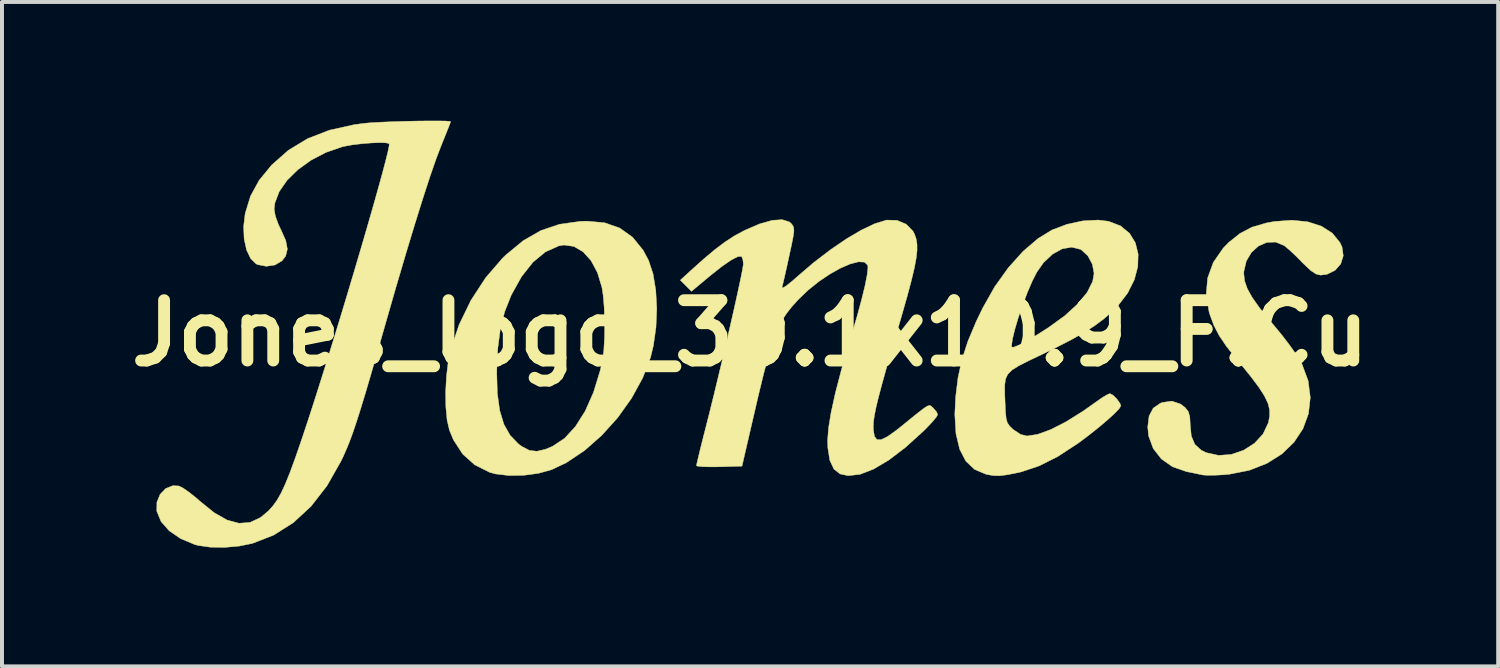
<source format=kicad_pcb>
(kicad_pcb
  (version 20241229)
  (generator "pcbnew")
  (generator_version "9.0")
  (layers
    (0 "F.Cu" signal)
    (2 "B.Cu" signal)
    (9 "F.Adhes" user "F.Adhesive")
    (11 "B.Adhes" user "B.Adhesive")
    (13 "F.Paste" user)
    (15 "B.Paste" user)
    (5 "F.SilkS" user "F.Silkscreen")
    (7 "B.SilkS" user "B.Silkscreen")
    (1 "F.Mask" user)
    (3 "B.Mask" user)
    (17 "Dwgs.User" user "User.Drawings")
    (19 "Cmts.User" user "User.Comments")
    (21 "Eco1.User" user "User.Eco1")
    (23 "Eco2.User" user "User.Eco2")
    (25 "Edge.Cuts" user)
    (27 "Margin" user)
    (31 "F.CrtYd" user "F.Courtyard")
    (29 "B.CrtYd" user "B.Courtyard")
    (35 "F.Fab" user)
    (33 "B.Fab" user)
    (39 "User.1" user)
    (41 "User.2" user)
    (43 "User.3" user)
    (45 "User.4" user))
  (footprint "Jones_logo_30.1x10.9_F.Cu"
    (layer "F.Cu")
    (at 15.9 5.369)
    (property "Reference" "Jones_logo_30.1x10.9_F.Cu" (at 0 0 0) (layer "F.SilkS") (effects (font (size 1.524 1.524) (thickness 0.3))))
    (attr through_hole)
    (fp_poly (pts (xy -3.676 -2.792) (xy -3.292 -2.657) (xy -2.968 -2.426) (xy -2.702 -2.099) (xy -2.564 -1.84) (xy -2.451 -1.5) (xy -2.382 -1.085) (xy -2.357 -0.625) (xy -2.377 -0.148) (xy -2.443 0.315) (xy -2.513 0.605) (xy -2.711 1.127) (xy -2.994 1.643) (xy -3.344 2.133) (xy -3.747 2.58) (xy -4.185 2.966) (xy -4.643 3.272) (xy -5.017 3.448) (xy -5.348 3.54) (xy -5.722 3.59) (xy -6.096 3.595) (xy -6.431 3.555) (xy -6.583 3.513) (xy -6.958 3.324) (xy -7.26 3.054) (xy -7.492 2.697) (xy -7.594 2.454) (xy -7.654 2.198) (xy -7.686 1.864) (xy -7.691 1.483) (xy -7.67 1.086) (xy -7.658 0.988) (xy -6.4 0.988) (xy -6.385 1.516) (xy -6.326 1.949) (xy -6.22 2.3) (xy -6.062 2.579) (xy -5.85 2.799) (xy -5.762 2.863) (xy -5.575 2.96) (xy -5.387 2.982) (xy -5.168 2.931) (xy -4.991 2.857) (xy -4.689 2.657) (xy -4.412 2.357) (xy -4.165 1.966) (xy -3.956 1.494) (xy -3.789 0.951) (xy -3.729 0.689) (xy -3.695 0.429) (xy -3.676 0.095) (xy -3.673 -0.274) (xy -3.685 -0.639) (xy -3.712 -0.963) (xy -3.743 -1.16) (xy -3.856 -1.532) (xy -4.018 -1.835) (xy -4.22 -2.058) (xy -4.451 -2.193) (xy -4.702 -2.229) (xy -4.834 -2.206) (xy -5.17 -2.055) (xy -5.484 -1.796) (xy -5.773 -1.431) (xy -6.033 -0.964) (xy -6.04 -0.947) (xy -6.199 -0.544) (xy -6.309 -0.108) (xy -6.374 0.385) (xy -6.4 0.96) (xy -6.4 0.988) (xy -7.658 0.988) (xy -7.624 0.705) (xy -7.565 0.423) (xy -7.352 -0.214) (xy -7.052 -0.832) (xy -6.68 -1.402) (xy -6.253 -1.898) (xy -6.165 -1.982) (xy -5.73 -2.34) (xy -5.287 -2.594) (xy -4.816 -2.753) (xy -4.296 -2.826) (xy -4.12 -2.832) (xy -3.676 -2.792)) (stroke (width 0.01) (type solid)) (fill yes) (layer "F.SilkS"))
    (fp_poly (pts (xy 14.093 -2.815) (xy 14.437 -2.704) (xy 14.712 -2.527) (xy 14.905 -2.289) (xy 14.956 -2.179) (xy 14.987 -1.957) (xy 14.923 -1.752) (xy 14.78 -1.589) (xy 14.575 -1.488) (xy 14.413 -1.468) (xy 14.301 -1.495) (xy 14.165 -1.584) (xy 13.988 -1.751) (xy 13.947 -1.792) (xy 13.779 -1.962) (xy 13.621 -2.109) (xy 13.504 -2.207) (xy 13.493 -2.215) (xy 13.278 -2.303) (xy 13.055 -2.295) (xy 12.845 -2.203) (xy 12.666 -2.041) (xy 12.537 -1.823) (xy 12.476 -1.562) (xy 12.474 -1.501) (xy 12.495 -1.32) (xy 12.563 -1.125) (xy 12.687 -0.903) (xy 12.874 -0.638) (xy 13.134 -0.316) (xy 13.235 -0.198) (xy 13.446 0.058) (xy 13.644 0.318) (xy 13.811 0.555) (xy 13.925 0.741) (xy 13.94 0.769) (xy 14.1 1.203) (xy 14.154 1.627) (xy 14.108 2.033) (xy 13.969 2.412) (xy 13.743 2.754) (xy 13.438 3.049) (xy 13.059 3.288) (xy 12.613 3.463) (xy 12.107 3.563) (xy 11.966 3.576) (xy 11.744 3.587) (xy 11.555 3.589) (xy 11.436 3.581) (xy 11.43 3.58) (xy 11.31 3.554) (xy 11.131 3.517) (xy 11.025 3.496) (xy 10.675 3.375) (xy 10.391 3.176) (xy 10.185 2.911) (xy 10.069 2.595) (xy 10.047 2.371) (xy 10.081 2.091) (xy 10.185 1.893) (xy 10.366 1.768) (xy 10.418 1.749) (xy 10.657 1.715) (xy 10.872 1.787) (xy 10.993 1.879) (xy 11.072 1.978) (xy 11.11 2.111) (xy 11.12 2.299) (xy 11.147 2.593) (xy 11.236 2.806) (xy 11.397 2.954) (xy 11.525 3.017) (xy 11.836 3.086) (xy 12.158 3.062) (xy 12.469 2.956) (xy 12.744 2.78) (xy 12.96 2.546) (xy 13.093 2.265) (xy 13.095 2.259) (xy 13.127 2.094) (xy 13.126 1.936) (xy 13.085 1.771) (xy 12.996 1.585) (xy 12.853 1.362) (xy 12.648 1.09) (xy 12.375 0.753) (xy 12.293 0.656) (xy 12.038 0.335) (xy 11.851 0.058) (xy 11.715 -0.204) (xy 11.614 -0.48) (xy 11.598 -0.533) (xy 11.524 -0.973) (xy 11.56 -1.394) (xy 11.704 -1.79) (xy 11.954 -2.151) (xy 12.092 -2.293) (xy 12.378 -2.522) (xy 12.683 -2.681) (xy 13.043 -2.786) (xy 13.244 -2.823) (xy 13.691 -2.856) (xy 14.093 -2.815)) (stroke (width 0.01) (type solid)) (fill yes) (layer "F.SilkS"))
    (fp_poly (pts (xy 9.058 -2.828) (xy 9.36 -2.712) (xy 9.586 -2.526) (xy 9.735 -2.284) (xy 9.805 -1.999) (xy 9.796 -1.684) (xy 9.709 -1.352) (xy 9.541 -1.017) (xy 9.293 -0.692) (xy 9.154 -0.551) (xy 8.942 -0.366) (xy 8.708 -0.191) (xy 8.435 -0.017) (xy 8.106 0.169) (xy 7.702 0.376) (xy 7.354 0.545) (xy 7.025 0.702) (xy 6.784 0.825) (xy 6.617 0.93) (xy 6.511 1.036) (xy 6.454 1.158) (xy 6.433 1.315) (xy 6.434 1.524) (xy 6.443 1.753) (xy 6.454 1.998) (xy 6.471 2.159) (xy 6.502 2.265) (xy 6.557 2.345) (xy 6.642 2.427) (xy 6.647 2.432) (xy 6.837 2.557) (xy 6.998 2.596) (xy 7.267 2.554) (xy 7.6 2.432) (xy 7.987 2.234) (xy 8.417 1.965) (xy 8.728 1.745) (xy 8.89 1.631) (xy 9.022 1.552) (xy 9.09 1.524) (xy 9.171 1.566) (xy 9.269 1.664) (xy 9.347 1.774) (xy 9.368 1.836) (xy 9.326 1.905) (xy 9.209 2.027) (xy 9.033 2.188) (xy 8.814 2.374) (xy 8.567 2.57) (xy 8.309 2.764) (xy 8.271 2.791) (xy 7.771 3.117) (xy 7.304 3.351) (xy 6.852 3.503) (xy 6.745 3.527) (xy 6.489 3.577) (xy 6.304 3.6) (xy 6.152 3.597) (xy 5.995 3.57) (xy 5.954 3.56) (xy 5.67 3.44) (xy 5.45 3.23) (xy 5.295 2.93) (xy 5.202 2.538) (xy 5.173 2.053) (xy 5.194 1.609) (xy 5.254 1.122) (xy 5.354 0.664) (xy 5.458 0.343) (xy 6.604 0.343) (xy 6.648 0.356) (xy 6.773 0.308) (xy 6.969 0.207) (xy 7.223 0.057) (xy 7.526 -0.135) (xy 7.535 -0.141) (xy 7.951 -0.442) (xy 8.28 -0.742) (xy 8.517 -1.033) (xy 8.656 -1.309) (xy 8.691 -1.512) (xy 8.648 -1.743) (xy 8.533 -1.957) (xy 8.368 -2.108) (xy 8.349 -2.119) (xy 8.126 -2.175) (xy 7.885 -2.132) (xy 7.642 -1.998) (xy 7.414 -1.784) (xy 7.248 -1.548) (xy 7.133 -1.325) (xy 7.011 -1.041) (xy 6.89 -0.724) (xy 6.779 -0.4) (xy 6.689 -0.097) (xy 6.627 0.159) (xy 6.604 0.34) (xy 6.604 0.343) (xy 5.458 0.343) (xy 5.504 0.201) (xy 5.713 -0.296) (xy 5.878 -0.638) (xy 6.181 -1.174) (xy 6.525 -1.655) (xy 6.895 -2.067) (xy 7.279 -2.396) (xy 7.629 -2.609) (xy 8.007 -2.753) (xy 8.408 -2.839) (xy 8.794 -2.86) (xy 9.058 -2.828)) (stroke (width 0.01) (type solid)) (fill yes) (layer "F.SilkS"))
    (fp_poly (pts (xy -7.878 -5.364) (xy -7.689 -5.361) (xy -7.581 -5.352) (xy -7.564 -5.346) (xy -7.584 -5.29) (xy -7.638 -5.152) (xy -7.717 -4.954) (xy -7.792 -4.77) (xy -7.924 -4.426) (xy -8.081 -3.975) (xy -8.262 -3.42) (xy -8.467 -2.765) (xy -8.695 -2.013) (xy -8.945 -1.166) (xy -9.215 -0.228) (xy -9.256 -0.085) (xy -9.438 0.553) (xy -9.594 1.093) (xy -9.728 1.547) (xy -9.844 1.927) (xy -9.945 2.243) (xy -10.034 2.508) (xy -10.117 2.733) (xy -10.196 2.928) (xy -10.275 3.107) (xy -10.339 3.24) (xy -10.69 3.856) (xy -11.091 4.372) (xy -11.54 4.787) (xy -12.037 5.101) (xy -12.57 5.309) (xy -12.907 5.378) (xy -13.277 5.411) (xy -13.638 5.405) (xy -13.948 5.361) (xy -14.026 5.34) (xy -14.388 5.188) (xy -14.677 4.99) (xy -14.882 4.756) (xy -14.987 4.499) (xy -14.989 4.493) (xy -14.986 4.268) (xy -14.905 4.07) (xy -14.764 3.924) (xy -14.584 3.851) (xy -14.432 3.859) (xy -14.323 3.913) (xy -14.161 4.026) (xy -13.975 4.176) (xy -13.899 4.243) (xy -13.539 4.534) (xy -13.212 4.72) (xy -12.911 4.801) (xy -12.632 4.779) (xy -12.367 4.655) (xy -12.169 4.489) (xy -12.055 4.363) (xy -11.95 4.217) (xy -11.848 4.037) (xy -11.741 3.807) (xy -11.623 3.515) (xy -11.487 3.144) (xy -11.327 2.68) (xy -11.312 2.635) (xy -11.175 2.223) (xy -11.024 1.758) (xy -10.862 1.248) (xy -10.692 0.705) (xy -10.517 0.139) (xy -10.339 -0.441) (xy -10.163 -1.024) (xy -9.991 -1.6) (xy -9.826 -2.159) (xy -9.671 -2.69) (xy -9.529 -3.184) (xy -9.403 -3.63) (xy -9.296 -4.018) (xy -9.211 -4.339) (xy -9.151 -4.581) (xy -9.119 -4.735) (xy -9.117 -4.789) (xy -9.197 -4.81) (xy -9.36 -4.816) (xy -9.577 -4.807) (xy -9.819 -4.787) (xy -10.058 -4.758) (xy -10.263 -4.72) (xy -10.307 -4.709) (xy -10.715 -4.568) (xy -11.093 -4.371) (xy -11.425 -4.131) (xy -11.698 -3.863) (xy -11.896 -3.578) (xy -12.005 -3.291) (xy -12.023 -3.134) (xy -11.994 -2.963) (xy -11.917 -2.749) (xy -11.853 -2.616) (xy -11.73 -2.341) (xy -11.69 -2.125) (xy -11.733 -1.95) (xy -11.823 -1.832) (xy -12.001 -1.725) (xy -12.222 -1.691) (xy -12.439 -1.733) (xy -12.477 -1.751) (xy -12.618 -1.886) (xy -12.721 -2.104) (xy -12.782 -2.383) (xy -12.795 -2.699) (xy -12.756 -3.024) (xy -12.622 -3.463) (xy -12.404 -3.863) (xy -12.087 -4.249) (xy -12.087 -4.25) (xy -11.664 -4.623) (xy -11.182 -4.915) (xy -10.632 -5.129) (xy -10.005 -5.269) (xy -9.737 -5.305) (xy -9.557 -5.32) (xy -9.314 -5.333) (xy -9.029 -5.345) (xy -8.723 -5.354) (xy -8.415 -5.361) (xy -8.126 -5.364) (xy -7.878 -5.364)) (stroke (width 0.01) (type solid)) (fill yes) (layer "F.SilkS"))
    (fp_poly (pts (xy 0.99 -2.814) (xy 1.037 -2.775) (xy 1.079 -2.722) (xy 1.103 -2.664) (xy 1.108 -2.581) (xy 1.091 -2.45) (xy 1.052 -2.251) (xy 0.99 -1.964) (xy 0.93 -1.689) (xy 0.876 -1.447) (xy 0.833 -1.263) (xy 0.808 -1.164) (xy 0.808 -1.161) (xy 0.831 -1.146) (xy 0.923 -1.204) (xy 1.075 -1.326) (xy 1.198 -1.435) (xy 1.611 -1.788) (xy 2.029 -2.108) (xy 2.435 -2.385) (xy 2.815 -2.608) (xy 3.152 -2.768) (xy 3.431 -2.854) (xy 3.454 -2.859) (xy 3.713 -2.852) (xy 3.942 -2.756) (xy 4.112 -2.585) (xy 4.157 -2.5) (xy 4.197 -2.382) (xy 4.218 -2.25) (xy 4.219 -2.092) (xy 4.197 -1.895) (xy 4.151 -1.648) (xy 4.077 -1.338) (xy 3.975 -0.953) (xy 3.841 -0.481) (xy 3.734 -0.113) (xy 3.568 0.454) (xy 3.433 0.924) (xy 3.326 1.309) (xy 3.244 1.619) (xy 3.184 1.867) (xy 3.144 2.063) (xy 3.121 2.219) (xy 3.113 2.345) (xy 3.116 2.448) (xy 3.143 2.606) (xy 3.205 2.687) (xy 3.309 2.69) (xy 3.467 2.614) (xy 3.687 2.458) (xy 3.811 2.36) (xy 4.074 2.146) (xy 4.264 1.994) (xy 4.393 1.895) (xy 4.478 1.841) (xy 4.531 1.824) (xy 4.569 1.836) (xy 4.604 1.868) (xy 4.631 1.893) (xy 4.714 1.991) (xy 4.741 2.056) (xy 4.703 2.122) (xy 4.602 2.243) (xy 4.455 2.398) (xy 4.389 2.464) (xy 3.93 2.881) (xy 3.506 3.204) (xy 3.121 3.433) (xy 2.777 3.565) (xy 2.478 3.599) (xy 2.275 3.555) (xy 2.119 3.433) (xy 2.015 3.212) (xy 1.965 2.898) (xy 1.959 2.709) (xy 1.982 2.399) (xy 2.047 2.002) (xy 2.154 1.514) (xy 2.306 0.931) (xy 2.502 0.25) (xy 2.561 0.055) (xy 2.704 -0.43) (xy 2.819 -0.853) (xy 2.905 -1.205) (xy 2.958 -1.475) (xy 2.978 -1.656) (xy 2.971 -1.722) (xy 2.889 -1.797) (xy 2.737 -1.804) (xy 2.532 -1.751) (xy 2.287 -1.646) (xy 2.019 -1.496) (xy 1.741 -1.309) (xy 1.47 -1.092) (xy 1.221 -0.853) (xy 1.207 -0.838) (xy 1.057 -0.672) (xy 0.93 -0.512) (xy 0.818 -0.343) (xy 0.718 -0.154) (xy 0.625 0.068) (xy 0.532 0.338) (xy 0.436 0.668) (xy 0.332 1.07) (xy 0.213 1.559) (xy 0.096 2.063) (xy -0.204 3.358) (xy -0.779 3.375) (xy -1.019 3.377) (xy -1.209 3.371) (xy -1.328 3.358) (xy -1.355 3.345) (xy -1.341 3.277) (xy -1.304 3.12) (xy -1.249 2.892) (xy -1.179 2.614) (xy -1.131 2.426) (xy -1.028 2.021) (xy -0.919 1.58) (xy -0.807 1.116) (xy -0.694 0.644) (xy -0.585 0.177) (xy -0.482 -0.271) (xy -0.388 -0.684) (xy -0.307 -1.051) (xy -0.242 -1.356) (xy -0.196 -1.585) (xy -0.172 -1.725) (xy -0.169 -1.755) (xy -0.185 -1.88) (xy -0.217 -1.942) (xy -0.31 -1.936) (xy -0.476 -1.85) (xy -0.71 -1.689) (xy -1.006 -1.455) (xy -1.05 -1.418) (xy -1.48 -1.059) (xy -1.621 -1.2) (xy -1.762 -1.341) (xy -1.516 -1.567) (xy -1.171 -1.876) (xy -0.883 -2.118) (xy -0.631 -2.307) (xy -0.396 -2.46) (xy -0.156 -2.589) (xy -0.129 -2.603) (xy 0.243 -2.763) (xy 0.559 -2.852) (xy 0.811 -2.87) (xy 0.99 -2.814)) (stroke (width 0.01) (type solid)) (fill yes) (layer "F.SilkS")))
  (gr_rect
    (start -3 -3)
    (end 34.801 13.785)
    (stroke (width 0.1) (type default))
    (fill no)
    (layer "Edge.Cuts")))
</source>
